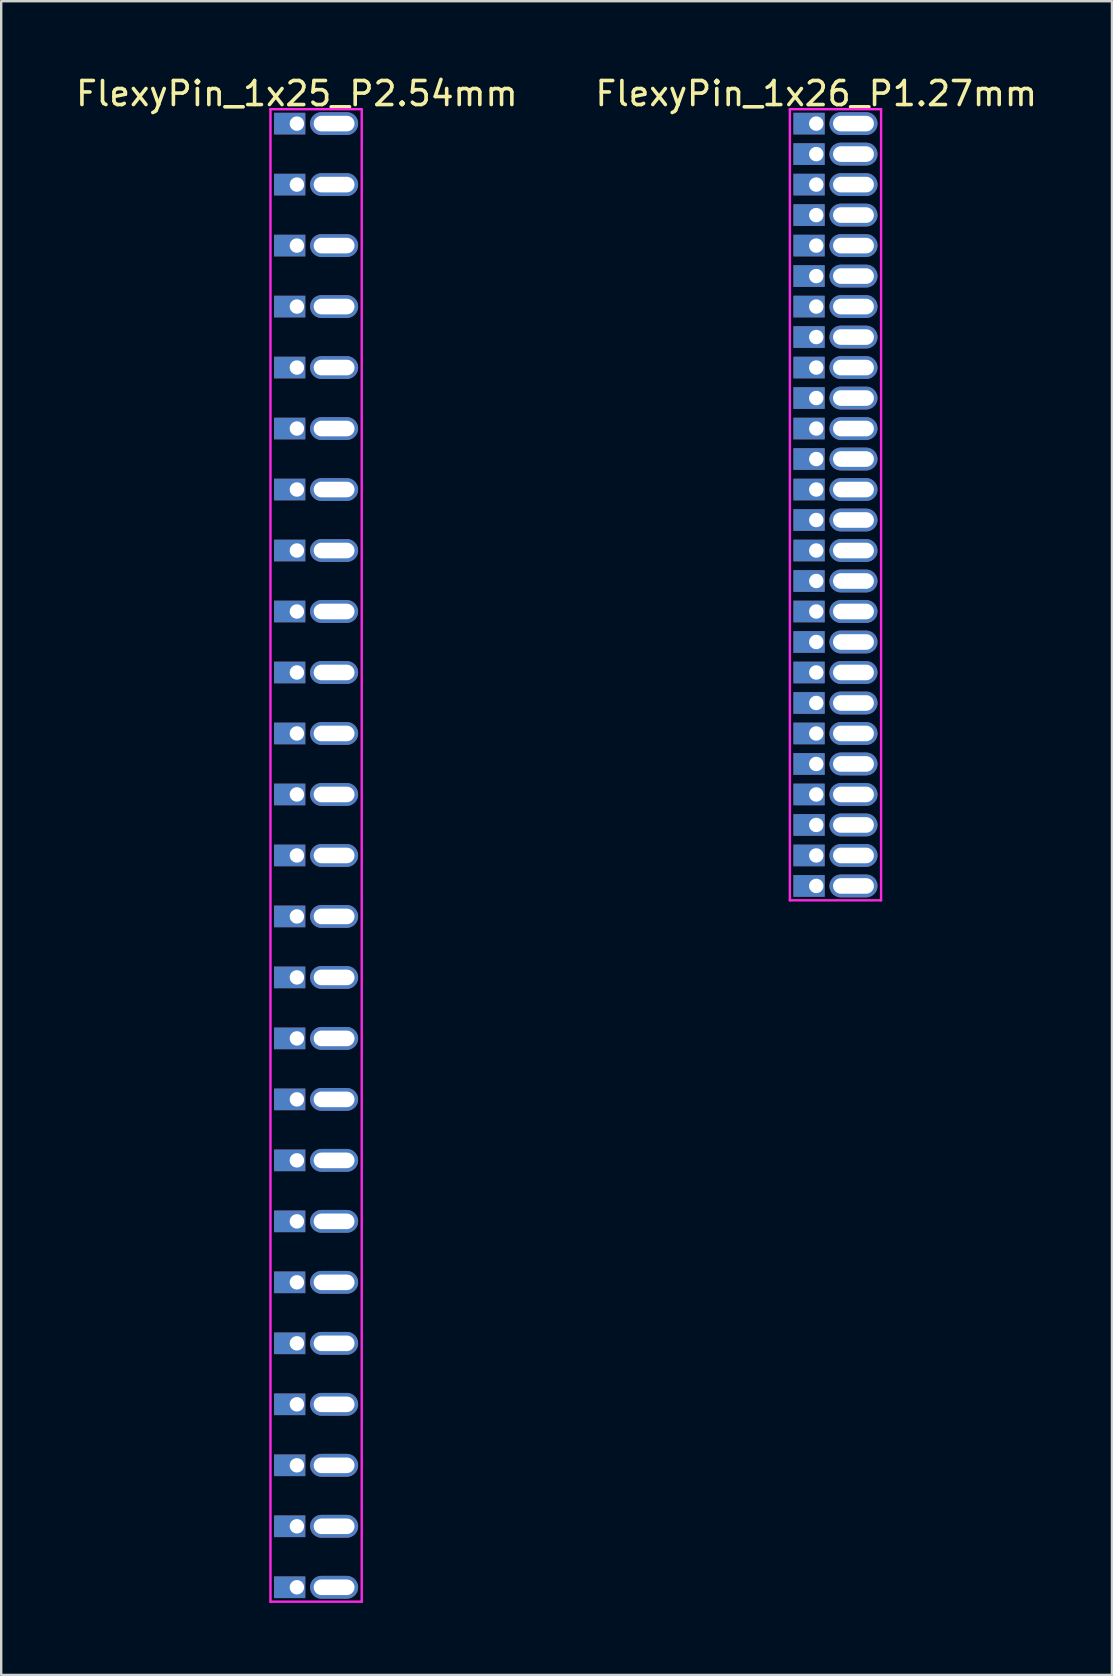
<source format=kicad_pcb>
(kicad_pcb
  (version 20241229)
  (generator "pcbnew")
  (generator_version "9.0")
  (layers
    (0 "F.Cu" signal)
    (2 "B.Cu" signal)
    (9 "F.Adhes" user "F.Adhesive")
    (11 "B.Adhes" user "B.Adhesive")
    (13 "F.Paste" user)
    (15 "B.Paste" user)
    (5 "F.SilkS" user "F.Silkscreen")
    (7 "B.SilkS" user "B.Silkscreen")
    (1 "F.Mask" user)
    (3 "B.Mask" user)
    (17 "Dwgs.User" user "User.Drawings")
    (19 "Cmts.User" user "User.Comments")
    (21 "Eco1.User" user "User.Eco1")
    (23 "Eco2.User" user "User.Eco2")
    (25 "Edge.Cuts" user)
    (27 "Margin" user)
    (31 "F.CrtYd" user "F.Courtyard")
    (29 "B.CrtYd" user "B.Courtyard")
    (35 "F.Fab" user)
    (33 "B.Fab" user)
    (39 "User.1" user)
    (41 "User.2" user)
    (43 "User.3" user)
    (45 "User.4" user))
  (footprint "FlexyPin_1x25_P2.54mm"
    (layer "F.Cu")
    (at 9.315 2.098)
    (property "Reference" "FlexyPin_1x25_P2.54mm" (at 0 -1.25 0) (layer "F.SilkS") (effects (font (size 1 1) (thickness 0.15))))
    (attr through_hole)
    (fp_line (start -1.1 -0.6) (end 2.7 -0.6) (stroke (width 0.1) (type solid)) (layer "F.CrtYd"))
    (fp_line (start -1.1 61.56) (end -1.1 -0.6) (stroke (width 0.1) (type solid)) (layer "F.CrtYd"))
    (fp_line (start 2.7 -0.6) (end 2.7 61.56) (stroke (width 0.1) (type solid)) (layer "F.CrtYd"))
    (fp_line (start 2.7 61.56) (end -1.1 61.56) (stroke (width 0.1) (type solid)) (layer "F.CrtYd"))
    (pad "" thru_hole oval (at 1.55 0) (size 2 0.95) (drill oval 1.7 0.65) (layers "*.Cu" "*.Mask"))
    (pad "" thru_hole oval (at 1.55 2.54) (size 2 0.95) (drill oval 1.7 0.65) (layers "*.Cu" "*.Mask"))
    (pad "" thru_hole oval (at 1.55 5.08) (size 2 0.95) (drill oval 1.7 0.65) (layers "*.Cu" "*.Mask"))
    (pad "" thru_hole oval (at 1.55 7.62) (size 2 0.95) (drill oval 1.7 0.65) (layers "*.Cu" "*.Mask"))
    (pad "" thru_hole oval (at 1.55 10.16) (size 2 0.95) (drill oval 1.7 0.65) (layers "*.Cu" "*.Mask"))
    (pad "" thru_hole oval (at 1.55 12.7) (size 2 0.95) (drill oval 1.7 0.65) (layers "*.Cu" "*.Mask"))
    (pad "" thru_hole oval (at 1.55 15.24) (size 2 0.95) (drill oval 1.7 0.65) (layers "*.Cu" "*.Mask"))
    (pad "" thru_hole oval (at 1.55 17.78) (size 2 0.95) (drill oval 1.7 0.65) (layers "*.Cu" "*.Mask"))
    (pad "" thru_hole oval (at 1.55 20.32) (size 2 0.95) (drill oval 1.7 0.65) (layers "*.Cu" "*.Mask"))
    (pad "" thru_hole oval (at 1.55 22.86) (size 2 0.95) (drill oval 1.7 0.65) (layers "*.Cu" "*.Mask"))
    (pad "" thru_hole oval (at 1.55 25.4) (size 2 0.95) (drill oval 1.7 0.65) (layers "*.Cu" "*.Mask"))
    (pad "" thru_hole oval (at 1.55 27.94) (size 2 0.95) (drill oval 1.7 0.65) (layers "*.Cu" "*.Mask"))
    (pad "" thru_hole oval (at 1.55 30.48) (size 2 0.95) (drill oval 1.7 0.65) (layers "*.Cu" "*.Mask"))
    (pad "" thru_hole oval (at 1.55 33.02) (size 2 0.95) (drill oval 1.7 0.65) (layers "*.Cu" "*.Mask"))
    (pad "" thru_hole oval (at 1.55 35.56) (size 2 0.95) (drill oval 1.7 0.65) (layers "*.Cu" "*.Mask"))
    (pad "" thru_hole oval (at 1.55 38.1) (size 2 0.95) (drill oval 1.7 0.65) (layers "*.Cu" "*.Mask"))
    (pad "" thru_hole oval (at 1.55 40.64) (size 2 0.95) (drill oval 1.7 0.65) (layers "*.Cu" "*.Mask"))
    (pad "" thru_hole oval (at 1.55 43.18) (size 2 0.95) (drill oval 1.7 0.65) (layers "*.Cu" "*.Mask"))
    (pad "" thru_hole oval (at 1.55 45.72) (size 2 0.95) (drill oval 1.7 0.65) (layers "*.Cu" "*.Mask"))
    (pad "" thru_hole oval (at 1.55 48.26) (size 2 0.95) (drill oval 1.7 0.65) (layers "*.Cu" "*.Mask"))
    (pad "" thru_hole oval (at 1.55 50.8) (size 2 0.95) (drill oval 1.7 0.65) (layers "*.Cu" "*.Mask"))
    (pad "" thru_hole oval (at 1.55 53.34) (size 2 0.95) (drill oval 1.7 0.65) (layers "*.Cu" "*.Mask"))
    (pad "" thru_hole oval (at 1.55 55.88) (size 2 0.95) (drill oval 1.7 0.65) (layers "*.Cu" "*.Mask"))
    (pad "" thru_hole oval (at 1.55 58.42) (size 2 0.95) (drill oval 1.7 0.65) (layers "*.Cu" "*.Mask"))
    (pad "" thru_hole oval (at 1.55 60.96) (size 2 0.95) (drill oval 1.7 0.65) (layers "*.Cu" "*.Mask"))
    (pad "1" thru_hole rect (at 0 0) (size 1.3 0.9) (drill 0.6 (offset -0.3 0)) (layers "*.Cu" "*.Mask"))
    (pad "2" thru_hole rect (at 0 2.54) (size 1.3 0.9) (drill 0.6 (offset -0.3 0)) (layers "*.Cu" "*.Mask"))
    (pad "3" thru_hole rect (at 0 5.08) (size 1.3 0.9) (drill 0.6 (offset -0.3 0)) (layers "*.Cu" "*.Mask"))
    (pad "4" thru_hole rect (at 0 7.62) (size 1.3 0.9) (drill 0.6 (offset -0.3 0)) (layers "*.Cu" "*.Mask"))
    (pad "5" thru_hole rect (at 0 10.16) (size 1.3 0.9) (drill 0.6 (offset -0.3 0)) (layers "*.Cu" "*.Mask"))
    (pad "6" thru_hole rect (at 0 12.7) (size 1.3 0.9) (drill 0.6 (offset -0.3 0)) (layers "*.Cu" "*.Mask"))
    (pad "7" thru_hole rect (at 0 15.24) (size 1.3 0.9) (drill 0.6 (offset -0.3 0)) (layers "*.Cu" "*.Mask"))
    (pad "8" thru_hole rect (at 0 17.78) (size 1.3 0.9) (drill 0.6 (offset -0.3 0)) (layers "*.Cu" "*.Mask"))
    (pad "9" thru_hole rect (at 0 20.32) (size 1.3 0.9) (drill 0.6 (offset -0.3 0)) (layers "*.Cu" "*.Mask"))
    (pad "10" thru_hole rect (at 0 22.86) (size 1.3 0.9) (drill 0.6 (offset -0.3 0)) (layers "*.Cu" "*.Mask"))
    (pad "11" thru_hole rect (at 0 25.4) (size 1.3 0.9) (drill 0.6 (offset -0.3 0)) (layers "*.Cu" "*.Mask"))
    (pad "12" thru_hole rect (at 0 27.94) (size 1.3 0.9) (drill 0.6 (offset -0.3 0)) (layers "*.Cu" "*.Mask"))
    (pad "13" thru_hole rect (at 0 30.48) (size 1.3 0.9) (drill 0.6 (offset -0.3 0)) (layers "*.Cu" "*.Mask"))
    (pad "14" thru_hole rect (at 0 33.02) (size 1.3 0.9) (drill 0.6 (offset -0.3 0)) (layers "*.Cu" "*.Mask"))
    (pad "15" thru_hole rect (at 0 35.56) (size 1.3 0.9) (drill 0.6 (offset -0.3 0)) (layers "*.Cu" "*.Mask"))
    (pad "16" thru_hole rect (at 0 38.1) (size 1.3 0.9) (drill 0.6 (offset -0.3 0)) (layers "*.Cu" "*.Mask"))
    (pad "17" thru_hole rect (at 0 40.64) (size 1.3 0.9) (drill 0.6 (offset -0.3 0)) (layers "*.Cu" "*.Mask"))
    (pad "18" thru_hole rect (at 0 43.18) (size 1.3 0.9) (drill 0.6 (offset -0.3 0)) (layers "*.Cu" "*.Mask"))
    (pad "19" thru_hole rect (at 0 45.72) (size 1.3 0.9) (drill 0.6 (offset -0.3 0)) (layers "*.Cu" "*.Mask"))
    (pad "20" thru_hole rect (at 0 48.26) (size 1.3 0.9) (drill 0.6 (offset -0.3 0)) (layers "*.Cu" "*.Mask"))
    (pad "21" thru_hole rect (at 0 50.8) (size 1.3 0.9) (drill 0.6 (offset -0.3 0)) (layers "*.Cu" "*.Mask"))
    (pad "22" thru_hole rect (at 0 53.34) (size 1.3 0.9) (drill 0.6 (offset -0.3 0)) (layers "*.Cu" "*.Mask"))
    (pad "23" thru_hole rect (at 0 55.88) (size 1.3 0.9) (drill 0.6 (offset -0.3 0)) (layers "*.Cu" "*.Mask"))
    (pad "24" thru_hole rect (at 0 58.42) (size 1.3 0.9) (drill 0.6 (offset -0.3 0)) (layers "*.Cu" "*.Mask"))
    (pad "25" thru_hole rect (at 0 60.96) (size 1.3 0.9) (drill 0.6 (offset -0.3 0)) (layers "*.Cu" "*.Mask")))
  (footprint "FlexyPin_1x26_P1.27mm"
    (layer "F.Cu")
    (at 30.946 2.098)
    (property "Reference" "FlexyPin_1x26_P1.27mm" (at 0 -1.25 0) (layer "F.SilkS") (effects (font (size 1 1) (thickness 0.15))))
    (attr through_hole)
    (fp_line (start -1.1 -0.6) (end 2.7 -0.6) (stroke (width 0.1) (type solid)) (layer "F.CrtYd"))
    (fp_line (start -1.1 32.35) (end -1.1 -0.6) (stroke (width 0.1) (type solid)) (layer "F.CrtYd"))
    (fp_line (start 2.7 -0.6) (end 2.7 32.35) (stroke (width 0.1) (type solid)) (layer "F.CrtYd"))
    (fp_line (start 2.7 32.35) (end -1.1 32.35) (stroke (width 0.1) (type solid)) (layer "F.CrtYd"))
    (pad "" thru_hole oval (at 1.55 0) (size 2 0.95) (drill oval 1.7 0.65) (layers "*.Cu" "*.Mask"))
    (pad "" thru_hole oval (at 1.55 1.27) (size 2 0.95) (drill oval 1.7 0.65) (layers "*.Cu" "*.Mask"))
    (pad "" thru_hole oval (at 1.55 2.54) (size 2 0.95) (drill oval 1.7 0.65) (layers "*.Cu" "*.Mask"))
    (pad "" thru_hole oval (at 1.55 3.81) (size 2 0.95) (drill oval 1.7 0.65) (layers "*.Cu" "*.Mask"))
    (pad "" thru_hole oval (at 1.55 5.08) (size 2 0.95) (drill oval 1.7 0.65) (layers "*.Cu" "*.Mask"))
    (pad "" thru_hole oval (at 1.55 6.35) (size 2 0.95) (drill oval 1.7 0.65) (layers "*.Cu" "*.Mask"))
    (pad "" thru_hole oval (at 1.55 7.62) (size 2 0.95) (drill oval 1.7 0.65) (layers "*.Cu" "*.Mask"))
    (pad "" thru_hole oval (at 1.55 8.89) (size 2 0.95) (drill oval 1.7 0.65) (layers "*.Cu" "*.Mask"))
    (pad "" thru_hole oval (at 1.55 10.16) (size 2 0.95) (drill oval 1.7 0.65) (layers "*.Cu" "*.Mask"))
    (pad "" thru_hole oval (at 1.55 11.43) (size 2 0.95) (drill oval 1.7 0.65) (layers "*.Cu" "*.Mask"))
    (pad "" thru_hole oval (at 1.55 12.7) (size 2 0.95) (drill oval 1.7 0.65) (layers "*.Cu" "*.Mask"))
    (pad "" thru_hole oval (at 1.55 13.97) (size 2 0.95) (drill oval 1.7 0.65) (layers "*.Cu" "*.Mask"))
    (pad "" thru_hole oval (at 1.55 15.24) (size 2 0.95) (drill oval 1.7 0.65) (layers "*.Cu" "*.Mask"))
    (pad "" thru_hole oval (at 1.55 16.51) (size 2 0.95) (drill oval 1.7 0.65) (layers "*.Cu" "*.Mask"))
    (pad "" thru_hole oval (at 1.55 17.78) (size 2 0.95) (drill oval 1.7 0.65) (layers "*.Cu" "*.Mask"))
    (pad "" thru_hole oval (at 1.55 19.05) (size 2 0.95) (drill oval 1.7 0.65) (layers "*.Cu" "*.Mask"))
    (pad "" thru_hole oval (at 1.55 20.32) (size 2 0.95) (drill oval 1.7 0.65) (layers "*.Cu" "*.Mask"))
    (pad "" thru_hole oval (at 1.55 21.59) (size 2 0.95) (drill oval 1.7 0.65) (layers "*.Cu" "*.Mask"))
    (pad "" thru_hole oval (at 1.55 22.86) (size 2 0.95) (drill oval 1.7 0.65) (layers "*.Cu" "*.Mask"))
    (pad "" thru_hole oval (at 1.55 24.13) (size 2 0.95) (drill oval 1.7 0.65) (layers "*.Cu" "*.Mask"))
    (pad "" thru_hole oval (at 1.55 25.4) (size 2 0.95) (drill oval 1.7 0.65) (layers "*.Cu" "*.Mask"))
    (pad "" thru_hole oval (at 1.55 26.67) (size 2 0.95) (drill oval 1.7 0.65) (layers "*.Cu" "*.Mask"))
    (pad "" thru_hole oval (at 1.55 27.94) (size 2 0.95) (drill oval 1.7 0.65) (layers "*.Cu" "*.Mask"))
    (pad "" thru_hole oval (at 1.55 29.21) (size 2 0.95) (drill oval 1.7 0.65) (layers "*.Cu" "*.Mask"))
    (pad "" thru_hole oval (at 1.55 30.48) (size 2 0.95) (drill oval 1.7 0.65) (layers "*.Cu" "*.Mask"))
    (pad "" thru_hole oval (at 1.55 31.75) (size 2 0.95) (drill oval 1.7 0.65) (layers "*.Cu" "*.Mask"))
    (pad "1" thru_hole rect (at 0 0) (size 1.3 0.9) (drill 0.6 (offset -0.3 0)) (layers "*.Cu" "*.Mask"))
    (pad "2" thru_hole rect (at 0 1.27) (size 1.3 0.9) (drill 0.6 (offset -0.3 0)) (layers "*.Cu" "*.Mask"))
    (pad "3" thru_hole rect (at 0 2.54) (size 1.3 0.9) (drill 0.6 (offset -0.3 0)) (layers "*.Cu" "*.Mask"))
    (pad "4" thru_hole rect (at 0 3.81) (size 1.3 0.9) (drill 0.6 (offset -0.3 0)) (layers "*.Cu" "*.Mask"))
    (pad "5" thru_hole rect (at 0 5.08) (size 1.3 0.9) (drill 0.6 (offset -0.3 0)) (layers "*.Cu" "*.Mask"))
    (pad "6" thru_hole rect (at 0 6.35) (size 1.3 0.9) (drill 0.6 (offset -0.3 0)) (layers "*.Cu" "*.Mask"))
    (pad "7" thru_hole rect (at 0 7.62) (size 1.3 0.9) (drill 0.6 (offset -0.3 0)) (layers "*.Cu" "*.Mask"))
    (pad "8" thru_hole rect (at 0 8.89) (size 1.3 0.9) (drill 0.6 (offset -0.3 0)) (layers "*.Cu" "*.Mask"))
    (pad "9" thru_hole rect (at 0 10.16) (size 1.3 0.9) (drill 0.6 (offset -0.3 0)) (layers "*.Cu" "*.Mask"))
    (pad "10" thru_hole rect (at 0 11.43) (size 1.3 0.9) (drill 0.6 (offset -0.3 0)) (layers "*.Cu" "*.Mask"))
    (pad "11" thru_hole rect (at 0 12.7) (size 1.3 0.9) (drill 0.6 (offset -0.3 0)) (layers "*.Cu" "*.Mask"))
    (pad "12" thru_hole rect (at 0 13.97) (size 1.3 0.9) (drill 0.6 (offset -0.3 0)) (layers "*.Cu" "*.Mask"))
    (pad "13" thru_hole rect (at 0 15.24) (size 1.3 0.9) (drill 0.6 (offset -0.3 0)) (layers "*.Cu" "*.Mask"))
    (pad "14" thru_hole rect (at 0 16.51) (size 1.3 0.9) (drill 0.6 (offset -0.3 0)) (layers "*.Cu" "*.Mask"))
    (pad "15" thru_hole rect (at 0 17.78) (size 1.3 0.9) (drill 0.6 (offset -0.3 0)) (layers "*.Cu" "*.Mask"))
    (pad "16" thru_hole rect (at 0 19.05) (size 1.3 0.9) (drill 0.6 (offset -0.3 0)) (layers "*.Cu" "*.Mask"))
    (pad "17" thru_hole rect (at 0 20.32) (size 1.3 0.9) (drill 0.6 (offset -0.3 0)) (layers "*.Cu" "*.Mask"))
    (pad "18" thru_hole rect (at 0 21.59) (size 1.3 0.9) (drill 0.6 (offset -0.3 0)) (layers "*.Cu" "*.Mask"))
    (pad "19" thru_hole rect (at 0 22.86) (size 1.3 0.9) (drill 0.6 (offset -0.3 0)) (layers "*.Cu" "*.Mask"))
    (pad "20" thru_hole rect (at 0 24.13) (size 1.3 0.9) (drill 0.6 (offset -0.3 0)) (layers "*.Cu" "*.Mask"))
    (pad "21" thru_hole rect (at 0 25.4) (size 1.3 0.9) (drill 0.6 (offset -0.3 0)) (layers "*.Cu" "*.Mask"))
    (pad "22" thru_hole rect (at 0 26.67) (size 1.3 0.9) (drill 0.6 (offset -0.3 0)) (layers "*.Cu" "*.Mask"))
    (pad "23" thru_hole rect (at 0 27.94) (size 1.3 0.9) (drill 0.6 (offset -0.3 0)) (layers "*.Cu" "*.Mask"))
    (pad "24" thru_hole rect (at 0 29.21) (size 1.3 0.9) (drill 0.6 (offset -0.3 0)) (layers "*.Cu" "*.Mask"))
    (pad "25" thru_hole rect (at 0 30.48) (size 1.3 0.9) (drill 0.6 (offset -0.3 0)) (layers "*.Cu" "*.Mask"))
    (pad "26" thru_hole rect (at 0 31.75) (size 1.3 0.9) (drill 0.6 (offset -0.3 0)) (layers "*.Cu" "*.Mask")))
  (gr_rect
    (start -3 -3)
    (end 43.262 66.708)
    (stroke (width 0.1) (type default))
    (fill no)
    (layer "Edge.Cuts")))
</source>
